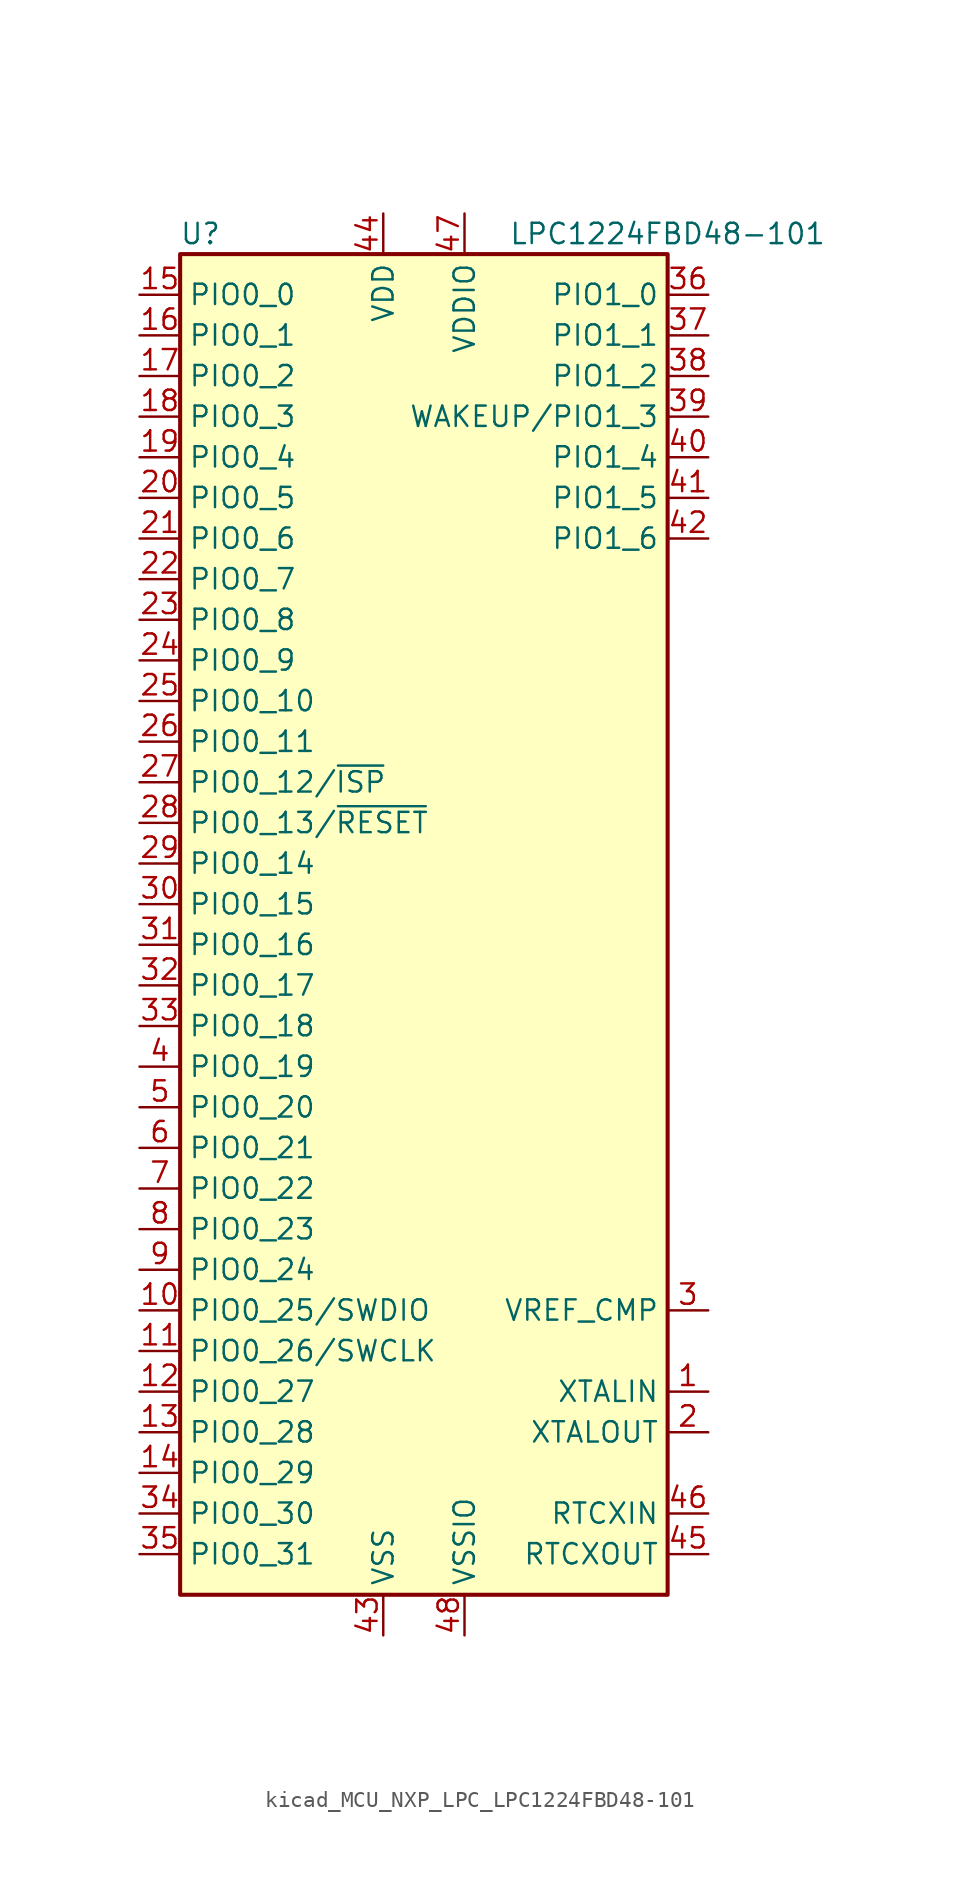
<source format=kicad_sym>
(kicad_symbol_lib
  (version 20220914)
  (generator kicad_symbol_editor)
  (symbol "kicad_MCU_NXP_LPC_LPC1224FBD48-101"
    (property "Reference" "U"
      (at -13.97 44.45 0)
      (effects (font (size 1.27 1.27))))
    (property "Value" "LPC1224FBD48-101"
      (at 15.24 44.45 0)
      (effects (font (size 1.27 1.27))))
    (symbol "kicad_MCU_NXP_LPC_LPC1224FBD48-101_0_1"
      (rectangle (start -15.24 43.18) (end 15.24 -40.64) (stroke (width 0.254) (type default)) (fill (type background))))
    (symbol "kicad_MCU_NXP_LPC_LPC1224FBD48-101_1_1"
      (pin input line (at 17.78 -27.94 180) (length 2.54) (name "XTALIN" (effects (font (size 1.27 1.27)))) (number "1" (effects (font (size 1.27 1.27)))))
      (pin bidirectional line (at -17.78 -22.86 0) (length 2.54) (name "PIO0_25/SWDIO" (effects (font (size 1.27 1.27)))) (number "10" (effects (font (size 1.27 1.27)))))
      (pin bidirectional line (at -17.78 -25.4 0) (length 2.54) (name "PIO0_26/SWCLK" (effects (font (size 1.27 1.27)))) (number "11" (effects (font (size 1.27 1.27)))))
      (pin bidirectional line (at -17.78 -27.94 0) (length 2.54) (name "PIO0_27" (effects (font (size 1.27 1.27)))) (number "12" (effects (font (size 1.27 1.27)))))
      (pin bidirectional line (at -17.78 -30.48 0) (length 2.54) (name "PIO0_28" (effects (font (size 1.27 1.27)))) (number "13" (effects (font (size 1.27 1.27)))))
      (pin bidirectional line (at -17.78 -33.02 0) (length 2.54) (name "PIO0_29" (effects (font (size 1.27 1.27)))) (number "14" (effects (font (size 1.27 1.27)))))
      (pin bidirectional line (at -17.78 40.64 0) (length 2.54) (name "PIO0_0" (effects (font (size 1.27 1.27)))) (number "15" (effects (font (size 1.27 1.27)))))
      (pin bidirectional line (at -17.78 38.1 0) (length 2.54) (name "PIO0_1" (effects (font (size 1.27 1.27)))) (number "16" (effects (font (size 1.27 1.27)))))
      (pin bidirectional line (at -17.78 35.56 0) (length 2.54) (name "PIO0_2" (effects (font (size 1.27 1.27)))) (number "17" (effects (font (size 1.27 1.27)))))
      (pin bidirectional line (at -17.78 33.02 0) (length 2.54) (name "PIO0_3" (effects (font (size 1.27 1.27)))) (number "18" (effects (font (size 1.27 1.27)))))
      (pin bidirectional line (at -17.78 30.48 0) (length 2.54) (name "PIO0_4" (effects (font (size 1.27 1.27)))) (number "19" (effects (font (size 1.27 1.27)))))
      (pin output line (at 17.78 -30.48 180) (length 2.54) (name "XTALOUT" (effects (font (size 1.27 1.27)))) (number "2" (effects (font (size 1.27 1.27)))))
      (pin bidirectional line (at -17.78 27.94 0) (length 2.54) (name "PIO0_5" (effects (font (size 1.27 1.27)))) (number "20" (effects (font (size 1.27 1.27)))))
      (pin bidirectional line (at -17.78 25.4 0) (length 2.54) (name "PIO0_6" (effects (font (size 1.27 1.27)))) (number "21" (effects (font (size 1.27 1.27)))))
      (pin bidirectional line (at -17.78 22.86 0) (length 2.54) (name "PIO0_7" (effects (font (size 1.27 1.27)))) (number "22" (effects (font (size 1.27 1.27)))))
      (pin bidirectional line (at -17.78 20.32 0) (length 2.54) (name "PIO0_8" (effects (font (size 1.27 1.27)))) (number "23" (effects (font (size 1.27 1.27)))))
      (pin bidirectional line (at -17.78 17.78 0) (length 2.54) (name "PIO0_9" (effects (font (size 1.27 1.27)))) (number "24" (effects (font (size 1.27 1.27)))))
      (pin bidirectional line (at -17.78 15.24 0) (length 2.54) (name "PIO0_10" (effects (font (size 1.27 1.27)))) (number "25" (effects (font (size 1.27 1.27)))))
      (pin bidirectional line (at -17.78 12.7 0) (length 2.54) (name "PIO0_11" (effects (font (size 1.27 1.27)))) (number "26" (effects (font (size 1.27 1.27)))))
      (pin bidirectional line (at -17.78 10.16 0) (length 2.54) (name "PIO0_12/~{ISP}" (effects (font (size 1.27 1.27)))) (number "27" (effects (font (size 1.27 1.27)))))
      (pin bidirectional line (at -17.78 7.62 0) (length 2.54) (name "PIO0_13/~{RESET}" (effects (font (size 1.27 1.27)))) (number "28" (effects (font (size 1.27 1.27)))))
      (pin bidirectional line (at -17.78 5.08 0) (length 2.54) (name "PIO0_14" (effects (font (size 1.27 1.27)))) (number "29" (effects (font (size 1.27 1.27)))))
      (pin input line (at 17.78 -22.86 180) (length 2.54) (name "VREF_CMP" (effects (font (size 1.27 1.27)))) (number "3" (effects (font (size 1.27 1.27)))))
      (pin bidirectional line (at -17.78 2.54 0) (length 2.54) (name "PIO0_15" (effects (font (size 1.27 1.27)))) (number "30" (effects (font (size 1.27 1.27)))))
      (pin bidirectional line (at -17.78 0 0) (length 2.54) (name "PIO0_16" (effects (font (size 1.27 1.27)))) (number "31" (effects (font (size 1.27 1.27)))))
      (pin bidirectional line (at -17.78 -2.54 0) (length 2.54) (name "PIO0_17" (effects (font (size 1.27 1.27)))) (number "32" (effects (font (size 1.27 1.27)))))
      (pin bidirectional line (at -17.78 -5.08 0) (length 2.54) (name "PIO0_18" (effects (font (size 1.27 1.27)))) (number "33" (effects (font (size 1.27 1.27)))))
      (pin bidirectional line (at -17.78 -35.56 0) (length 2.54) (name "PIO0_30" (effects (font (size 1.27 1.27)))) (number "34" (effects (font (size 1.27 1.27)))))
      (pin bidirectional line (at -17.78 -38.1 0) (length 2.54) (name "PIO0_31" (effects (font (size 1.27 1.27)))) (number "35" (effects (font (size 1.27 1.27)))))
      (pin bidirectional line (at 17.78 40.64 180) (length 2.54) (name "PIO1_0" (effects (font (size 1.27 1.27)))) (number "36" (effects (font (size 1.27 1.27)))))
      (pin bidirectional line (at 17.78 38.1 180) (length 2.54) (name "PIO1_1" (effects (font (size 1.27 1.27)))) (number "37" (effects (font (size 1.27 1.27)))))
      (pin bidirectional line (at 17.78 35.56 180) (length 2.54) (name "PIO1_2" (effects (font (size 1.27 1.27)))) (number "38" (effects (font (size 1.27 1.27)))))
      (pin bidirectional line (at 17.78 33.02 180) (length 2.54) (name "WAKEUP/PIO1_3" (effects (font (size 1.27 1.27)))) (number "39" (effects (font (size 1.27 1.27)))))
      (pin bidirectional line (at -17.78 -7.62 0) (length 2.54) (name "PIO0_19" (effects (font (size 1.27 1.27)))) (number "4" (effects (font (size 1.27 1.27)))))
      (pin bidirectional line (at 17.78 30.48 180) (length 2.54) (name "PIO1_4" (effects (font (size 1.27 1.27)))) (number "40" (effects (font (size 1.27 1.27)))))
      (pin bidirectional line (at 17.78 27.94 180) (length 2.54) (name "PIO1_5" (effects (font (size 1.27 1.27)))) (number "41" (effects (font (size 1.27 1.27)))))
      (pin bidirectional line (at 17.78 25.4 180) (length 2.54) (name "PIO1_6" (effects (font (size 1.27 1.27)))) (number "42" (effects (font (size 1.27 1.27)))))
      (pin power_in line (at -2.54 -43.18 90) (length 2.54) (name "VSS" (effects (font (size 1.27 1.27)))) (number "43" (effects (font (size 1.27 1.27)))))
      (pin power_in line (at -2.54 45.72 270) (length 2.54) (name "VDD" (effects (font (size 1.27 1.27)))) (number "44" (effects (font (size 1.27 1.27)))))
      (pin output line (at 17.78 -38.1 180) (length 2.54) (name "RTCXOUT" (effects (font (size 1.27 1.27)))) (number "45" (effects (font (size 1.27 1.27)))))
      (pin input line (at 17.78 -35.56 180) (length 2.54) (name "RTCXIN" (effects (font (size 1.27 1.27)))) (number "46" (effects (font (size 1.27 1.27)))))
      (pin power_in line (at 2.54 45.72 270) (length 2.54) (name "VDDIO" (effects (font (size 1.27 1.27)))) (number "47" (effects (font (size 1.27 1.27)))))
      (pin power_in line (at 2.54 -43.18 90) (length 2.54) (name "VSSIO" (effects (font (size 1.27 1.27)))) (number "48" (effects (font (size 1.27 1.27)))))
      (pin bidirectional line (at -17.78 -10.16 0) (length 2.54) (name "PIO0_20" (effects (font (size 1.27 1.27)))) (number "5" (effects (font (size 1.27 1.27)))))
      (pin bidirectional line (at -17.78 -12.7 0) (length 2.54) (name "PIO0_21" (effects (font (size 1.27 1.27)))) (number "6" (effects (font (size 1.27 1.27)))))
      (pin bidirectional line (at -17.78 -15.24 0) (length 2.54) (name "PIO0_22" (effects (font (size 1.27 1.27)))) (number "7" (effects (font (size 1.27 1.27)))))
      (pin bidirectional line (at -17.78 -17.78 0) (length 2.54) (name "PIO0_23" (effects (font (size 1.27 1.27)))) (number "8" (effects (font (size 1.27 1.27)))))
      (pin bidirectional line (at -17.78 -20.32 0) (length 2.54) (name "PIO0_24" (effects (font (size 1.27 1.27)))) (number "9" (effects (font (size 1.27 1.27))))))))
</source>
